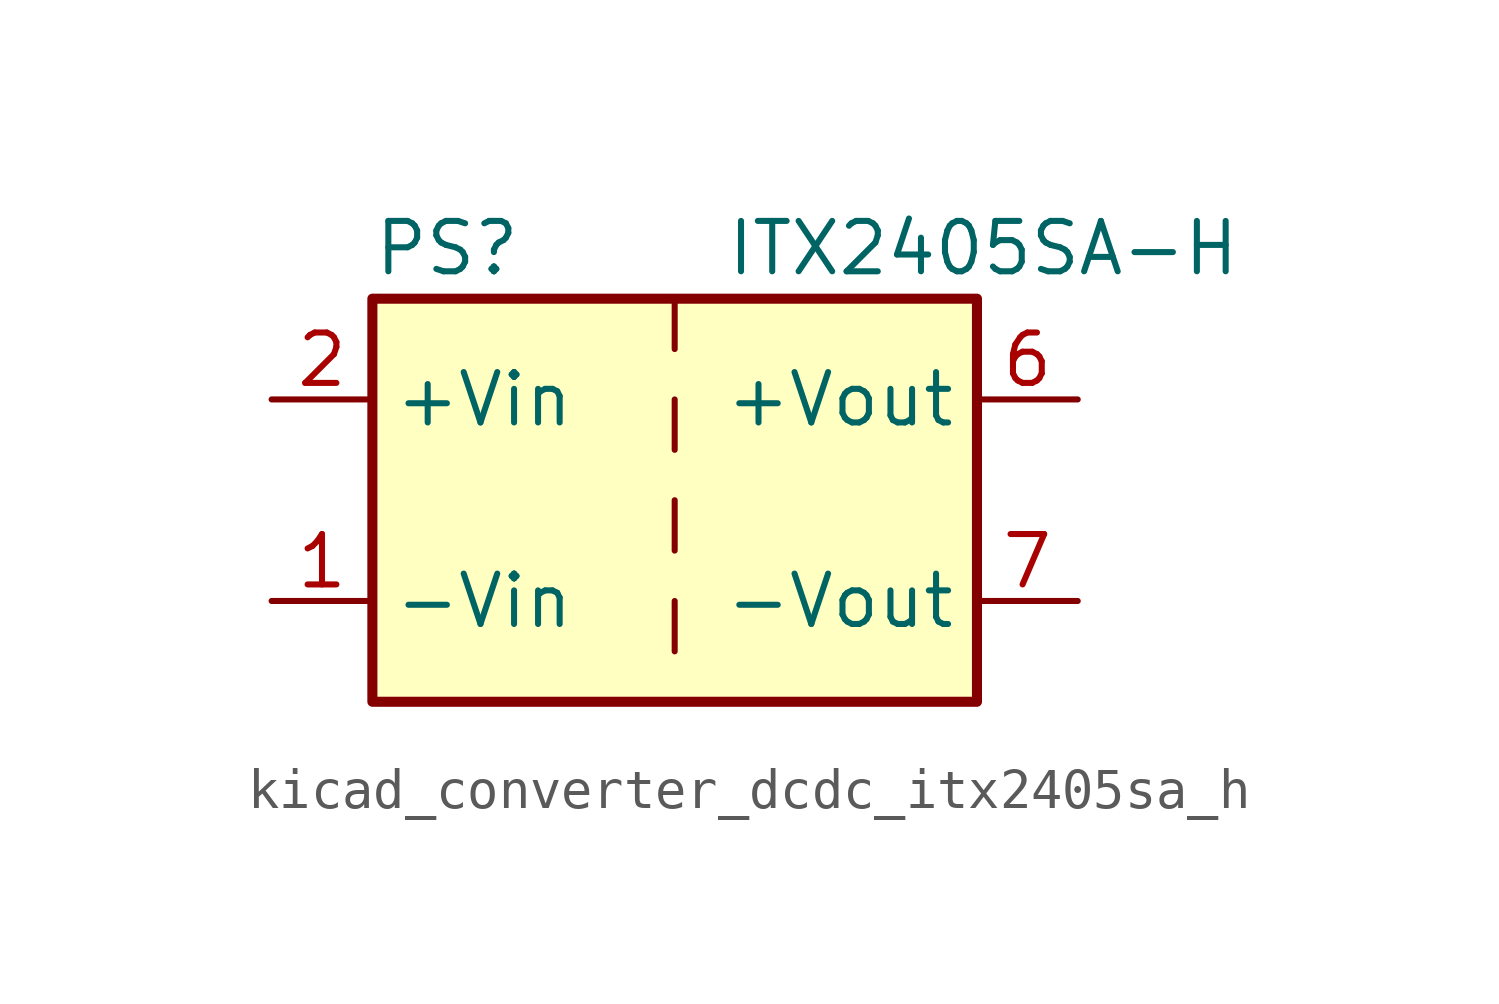
<source format=kicad_sym>
(kicad_symbol_lib
  (version 20220914)
  (generator kicad_symbol_editor)
  (symbol "kicad_converter_dcdc_itx2405sa_h"
    (property "Reference" "PS"
      (at -7.62 6.35 0)
      (effects (font (size 1.27 1.27)) (justify left)))
    (property "Value" "ITX2405SA-H"
      (at 1.27 6.35 0)
      (effects (font (size 1.27 1.27)) (justify left)))
    (symbol "kicad_converter_dcdc_itx2405sa_h_0_0"
      (pin power_in line (at -10.16 -2.54 0) (length 2.54) (name "-Vin" (effects (font (size 1.27 1.27)))) (number "1" (effects (font (size 1.27 1.27)))))
      (pin power_in line (at -10.16 2.54 0) (length 2.54) (name "+Vin" (effects (font (size 1.27 1.27)))) (number "2" (effects (font (size 1.27 1.27)))))
      (pin power_out line (at 10.16 2.54 180) (length 2.54) (name "+Vout" (effects (font (size 1.27 1.27)))) (number "6" (effects (font (size 1.27 1.27)))))
      (pin power_out line (at 10.16 -2.54 180) (length 2.54) (name "-Vout" (effects (font (size 1.27 1.27)))) (number "7" (effects (font (size 1.27 1.27)))))
      (pin no_connect line (at 7.62 0 180) (length 2.54) hide (name "NC" (effects (font (size 1.27 1.27)))) (number "8" (effects (font (size 1.27 1.27))))))
    (symbol "kicad_converter_dcdc_itx2405sa_h_0_1"
      (rectangle (start -7.62 5.08) (end 7.62 -5.08) (stroke (width 0.254) (type default)) (fill (type background)))
      (polyline (pts (xy 0 -2.54) (xy 0 -3.81)) (stroke (width 0) (type default)) (fill (type none)))
      (polyline (pts (xy 0 0) (xy 0 -1.27)) (stroke (width 0) (type default)) (fill (type none)))
      (polyline (pts (xy 0 2.54) (xy 0 1.27)) (stroke (width 0) (type default)) (fill (type none)))
      (polyline (pts (xy 0 5.08) (xy 0 3.81)) (stroke (width 0) (type default)) (fill (type none))))))
</source>
